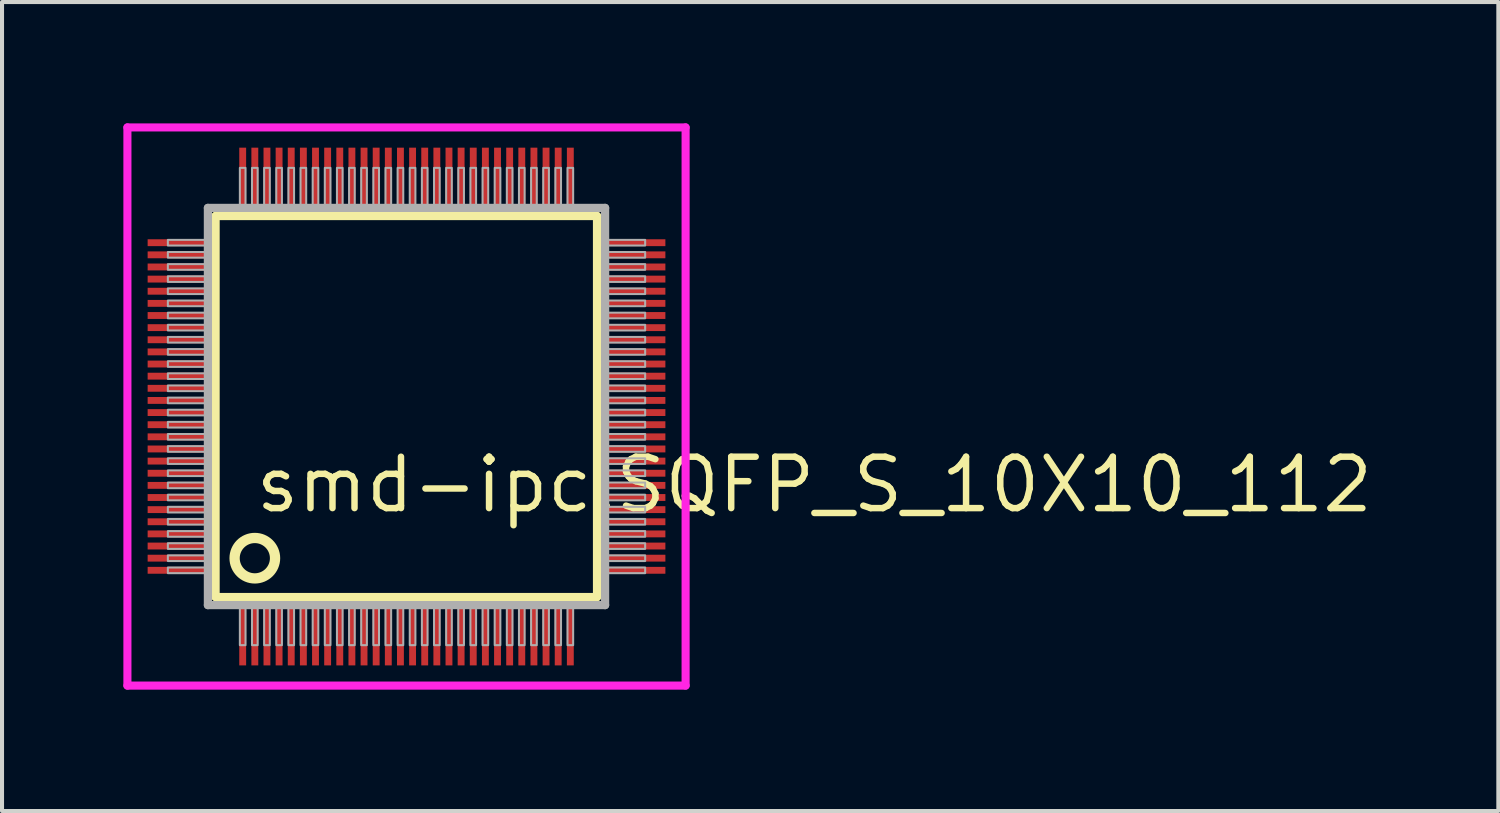
<source format=kicad_pcb>
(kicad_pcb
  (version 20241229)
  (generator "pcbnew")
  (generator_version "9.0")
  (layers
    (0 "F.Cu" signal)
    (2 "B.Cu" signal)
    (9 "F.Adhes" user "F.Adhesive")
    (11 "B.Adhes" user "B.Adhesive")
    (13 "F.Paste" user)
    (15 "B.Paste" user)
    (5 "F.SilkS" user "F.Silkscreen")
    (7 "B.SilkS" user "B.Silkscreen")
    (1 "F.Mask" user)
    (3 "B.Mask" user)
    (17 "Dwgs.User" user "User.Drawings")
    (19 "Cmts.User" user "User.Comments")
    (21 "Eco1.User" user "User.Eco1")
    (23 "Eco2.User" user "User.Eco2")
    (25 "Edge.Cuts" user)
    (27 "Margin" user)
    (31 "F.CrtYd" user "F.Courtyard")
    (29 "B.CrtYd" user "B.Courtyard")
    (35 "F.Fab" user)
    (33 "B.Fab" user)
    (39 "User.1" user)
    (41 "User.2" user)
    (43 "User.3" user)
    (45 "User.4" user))
  (footprint "smd-ipc.SQFP_S_10X10_112"
    (layer "F.Cu")
    (at 7 7)
    (property "Reference" "smd-ipc.SQFP_S_10X10_112" (at -3.81 2.675 0) (layer "F.SilkS") (effects (font (size 1.27 1.27) (thickness 0.16)) (justify left bottom)))
    (attr smd)
    (fp_line (start -4.72 -4.71) (end 4.71 -4.71) (stroke (width 0.203) (type default)) (layer "F.SilkS"))
    (fp_line (start -4.72 4.71) (end -4.72 -4.71) (stroke (width 0.203) (type default)) (layer "F.SilkS"))
    (fp_line (start 4.71 -4.71) (end 4.71 4.71) (stroke (width 0.203) (type default)) (layer "F.SilkS"))
    (fp_line (start 4.71 4.71) (end -4.72 4.71) (stroke (width 0.203) (type default)) (layer "F.SilkS"))
    (fp_circle (center -3.75 3.75) (end -3.25 3.75) (stroke (width 0.254) (type default)) (fill no) (layer "F.SilkS"))
    (fp_line (start -6.9 -6.9) (end 6.9 -6.9) (stroke (width 0.2) (type default)) (layer "F.CrtYd"))
    (fp_line (start -6.9 6.9) (end -6.9 -6.9) (stroke (width 0.2) (type default)) (layer "F.CrtYd"))
    (fp_line (start 6.9 -6.9) (end 6.9 6.9) (stroke (width 0.2) (type default)) (layer "F.CrtYd"))
    (fp_line (start 6.9 6.9) (end -6.9 6.9) (stroke (width 0.2) (type default)) (layer "F.CrtYd"))
    (fp_line (start -4.91 -4.91) (end -4.91 4.91) (stroke (width 0.203) (type default)) (layer "F.Fab"))
    (fp_line (start -4.91 4.91) (end 4.91 4.91) (stroke (width 0.203) (type default)) (layer "F.Fab"))
    (fp_line (start 4.91 -4.91) (end -4.91 -4.91) (stroke (width 0.203) (type default)) (layer "F.Fab"))
    (fp_line (start 4.91 4.91) (end 4.91 -4.91) (stroke (width 0.203) (type default)) (layer "F.Fab"))
    (fp_rect (start -5.9 -3.98) (end -4.95 -4.12) (stroke (width 0.05) (type default)) (fill no) (layer "F.Fab"))
    (fp_rect (start -5.9 -3.68) (end -4.95 -3.82) (stroke (width 0.05) (type default)) (fill no) (layer "F.Fab"))
    (fp_rect (start -5.9 -3.38) (end -4.95 -3.52) (stroke (width 0.05) (type default)) (fill no) (layer "F.Fab"))
    (fp_rect (start -5.9 -3.08) (end -4.95 -3.22) (stroke (width 0.05) (type default)) (fill no) (layer "F.Fab"))
    (fp_rect (start -5.9 -2.78) (end -4.95 -2.92) (stroke (width 0.05) (type default)) (fill no) (layer "F.Fab"))
    (fp_rect (start -5.9 -2.48) (end -4.95 -2.62) (stroke (width 0.05) (type default)) (fill no) (layer "F.Fab"))
    (fp_rect (start -5.9 -2.18) (end -4.95 -2.32) (stroke (width 0.05) (type default)) (fill no) (layer "F.Fab"))
    (fp_rect (start -5.9 -1.88) (end -4.95 -2.02) (stroke (width 0.05) (type default)) (fill no) (layer "F.Fab"))
    (fp_rect (start -5.9 -1.58) (end -4.95 -1.72) (stroke (width 0.05) (type default)) (fill no) (layer "F.Fab"))
    (fp_rect (start -5.9 -1.28) (end -4.95 -1.42) (stroke (width 0.05) (type default)) (fill no) (layer "F.Fab"))
    (fp_rect (start -5.9 -0.98) (end -4.95 -1.12) (stroke (width 0.05) (type default)) (fill no) (layer "F.Fab"))
    (fp_rect (start -5.9 -0.68) (end -4.95 -0.82) (stroke (width 0.05) (type default)) (fill no) (layer "F.Fab"))
    (fp_rect (start -5.9 -0.38) (end -4.95 -0.52) (stroke (width 0.05) (type default)) (fill no) (layer "F.Fab"))
    (fp_rect (start -5.9 -0.08) (end -4.95 -0.22) (stroke (width 0.05) (type default)) (fill no) (layer "F.Fab"))
    (fp_rect (start -5.9 0.22) (end -4.95 0.08) (stroke (width 0.05) (type default)) (fill no) (layer "F.Fab"))
    (fp_rect (start -5.9 0.52) (end -4.95 0.38) (stroke (width 0.05) (type default)) (fill no) (layer "F.Fab"))
    (fp_rect (start -5.9 0.82) (end -4.95 0.68) (stroke (width 0.05) (type default)) (fill no) (layer "F.Fab"))
    (fp_rect (start -5.9 1.12) (end -4.95 0.98) (stroke (width 0.05) (type default)) (fill no) (layer "F.Fab"))
    (fp_rect (start -5.9 1.42) (end -4.95 1.28) (stroke (width 0.05) (type default)) (fill no) (layer "F.Fab"))
    (fp_rect (start -5.9 1.72) (end -4.95 1.58) (stroke (width 0.05) (type default)) (fill no) (layer "F.Fab"))
    (fp_rect (start -5.9 2.02) (end -4.95 1.88) (stroke (width 0.05) (type default)) (fill no) (layer "F.Fab"))
    (fp_rect (start -5.9 2.32) (end -4.95 2.18) (stroke (width 0.05) (type default)) (fill no) (layer "F.Fab"))
    (fp_rect (start -5.9 2.62) (end -4.95 2.48) (stroke (width 0.05) (type default)) (fill no) (layer "F.Fab"))
    (fp_rect (start -5.9 2.92) (end -4.95 2.78) (stroke (width 0.05) (type default)) (fill no) (layer "F.Fab"))
    (fp_rect (start -5.9 3.22) (end -4.95 3.08) (stroke (width 0.05) (type default)) (fill no) (layer "F.Fab"))
    (fp_rect (start -5.9 3.52) (end -4.95 3.38) (stroke (width 0.05) (type default)) (fill no) (layer "F.Fab"))
    (fp_rect (start -5.9 3.82) (end -4.95 3.68) (stroke (width 0.05) (type default)) (fill no) (layer "F.Fab"))
    (fp_rect (start -5.9 4.12) (end -4.95 3.98) (stroke (width 0.05) (type default)) (fill no) (layer "F.Fab"))
    (fp_rect (start -4.12 -4.95) (end -3.98 -5.9) (stroke (width 0.05) (type default)) (fill no) (layer "F.Fab"))
    (fp_rect (start -4.12 5.9) (end -3.98 4.95) (stroke (width 0.05) (type default)) (fill no) (layer "F.Fab"))
    (fp_rect (start -3.82 -4.95) (end -3.68 -5.9) (stroke (width 0.05) (type default)) (fill no) (layer "F.Fab"))
    (fp_rect (start -3.82 5.9) (end -3.68 4.95) (stroke (width 0.05) (type default)) (fill no) (layer "F.Fab"))
    (fp_rect (start -3.52 -4.95) (end -3.38 -5.9) (stroke (width 0.05) (type default)) (fill no) (layer "F.Fab"))
    (fp_rect (start -3.52 5.9) (end -3.38 4.95) (stroke (width 0.05) (type default)) (fill no) (layer "F.Fab"))
    (fp_rect (start -3.22 -4.95) (end -3.08 -5.9) (stroke (width 0.05) (type default)) (fill no) (layer "F.Fab"))
    (fp_rect (start -3.22 5.9) (end -3.08 4.95) (stroke (width 0.05) (type default)) (fill no) (layer "F.Fab"))
    (fp_rect (start -2.92 -4.95) (end -2.78 -5.9) (stroke (width 0.05) (type default)) (fill no) (layer "F.Fab"))
    (fp_rect (start -2.92 5.9) (end -2.78 4.95) (stroke (width 0.05) (type default)) (fill no) (layer "F.Fab"))
    (fp_rect (start -2.62 -4.95) (end -2.48 -5.9) (stroke (width 0.05) (type default)) (fill no) (layer "F.Fab"))
    (fp_rect (start -2.62 5.9) (end -2.48 4.95) (stroke (width 0.05) (type default)) (fill no) (layer "F.Fab"))
    (fp_rect (start -2.32 -4.95) (end -2.18 -5.9) (stroke (width 0.05) (type default)) (fill no) (layer "F.Fab"))
    (fp_rect (start -2.32 5.9) (end -2.18 4.95) (stroke (width 0.05) (type default)) (fill no) (layer "F.Fab"))
    (fp_rect (start -2.02 -4.95) (end -1.88 -5.9) (stroke (width 0.05) (type default)) (fill no) (layer "F.Fab"))
    (fp_rect (start -2.02 5.9) (end -1.88 4.95) (stroke (width 0.05) (type default)) (fill no) (layer "F.Fab"))
    (fp_rect (start -1.72 -4.95) (end -1.58 -5.9) (stroke (width 0.05) (type default)) (fill no) (layer "F.Fab"))
    (fp_rect (start -1.72 5.9) (end -1.58 4.95) (stroke (width 0.05) (type default)) (fill no) (layer "F.Fab"))
    (fp_rect (start -1.42 -4.95) (end -1.28 -5.9) (stroke (width 0.05) (type default)) (fill no) (layer "F.Fab"))
    (fp_rect (start -1.42 5.9) (end -1.28 4.95) (stroke (width 0.05) (type default)) (fill no) (layer "F.Fab"))
    (fp_rect (start -1.12 -4.95) (end -0.98 -5.9) (stroke (width 0.05) (type default)) (fill no) (layer "F.Fab"))
    (fp_rect (start -1.12 5.9) (end -0.98 4.95) (stroke (width 0.05) (type default)) (fill no) (layer "F.Fab"))
    (fp_rect (start -0.82 -4.95) (end -0.68 -5.9) (stroke (width 0.05) (type default)) (fill no) (layer "F.Fab"))
    (fp_rect (start -0.82 5.9) (end -0.68 4.95) (stroke (width 0.05) (type default)) (fill no) (layer "F.Fab"))
    (fp_rect (start -0.52 -4.95) (end -0.38 -5.9) (stroke (width 0.05) (type default)) (fill no) (layer "F.Fab"))
    (fp_rect (start -0.52 5.9) (end -0.38 4.95) (stroke (width 0.05) (type default)) (fill no) (layer "F.Fab"))
    (fp_rect (start -0.22 -4.95) (end -0.08 -5.9) (stroke (width 0.05) (type default)) (fill no) (layer "F.Fab"))
    (fp_rect (start -0.22 5.9) (end -0.08 4.95) (stroke (width 0.05) (type default)) (fill no) (layer "F.Fab"))
    (fp_rect (start 0.08 -4.95) (end 0.22 -5.9) (stroke (width 0.05) (type default)) (fill no) (layer "F.Fab"))
    (fp_rect (start 0.08 5.9) (end 0.22 4.95) (stroke (width 0.05) (type default)) (fill no) (layer "F.Fab"))
    (fp_rect (start 0.38 -4.95) (end 0.52 -5.9) (stroke (width 0.05) (type default)) (fill no) (layer "F.Fab"))
    (fp_rect (start 0.38 5.9) (end 0.52 4.95) (stroke (width 0.05) (type default)) (fill no) (layer "F.Fab"))
    (fp_rect (start 0.68 -4.95) (end 0.82 -5.9) (stroke (width 0.05) (type default)) (fill no) (layer "F.Fab"))
    (fp_rect (start 0.68 5.9) (end 0.82 4.95) (stroke (width 0.05) (type default)) (fill no) (layer "F.Fab"))
    (fp_rect (start 0.98 -4.95) (end 1.12 -5.9) (stroke (width 0.05) (type default)) (fill no) (layer "F.Fab"))
    (fp_rect (start 0.98 5.9) (end 1.12 4.95) (stroke (width 0.05) (type default)) (fill no) (layer "F.Fab"))
    (fp_rect (start 1.28 -4.95) (end 1.42 -5.9) (stroke (width 0.05) (type default)) (fill no) (layer "F.Fab"))
    (fp_rect (start 1.28 5.9) (end 1.42 4.95) (stroke (width 0.05) (type default)) (fill no) (layer "F.Fab"))
    (fp_rect (start 1.58 -4.95) (end 1.72 -5.9) (stroke (width 0.05) (type default)) (fill no) (layer "F.Fab"))
    (fp_rect (start 1.58 5.9) (end 1.72 4.95) (stroke (width 0.05) (type default)) (fill no) (layer "F.Fab"))
    (fp_rect (start 1.88 -4.95) (end 2.02 -5.9) (stroke (width 0.05) (type default)) (fill no) (layer "F.Fab"))
    (fp_rect (start 1.88 5.9) (end 2.02 4.95) (stroke (width 0.05) (type default)) (fill no) (layer "F.Fab"))
    (fp_rect (start 2.18 -4.95) (end 2.32 -5.9) (stroke (width 0.05) (type default)) (fill no) (layer "F.Fab"))
    (fp_rect (start 2.18 5.9) (end 2.32 4.95) (stroke (width 0.05) (type default)) (fill no) (layer "F.Fab"))
    (fp_rect (start 2.48 -4.95) (end 2.62 -5.9) (stroke (width 0.05) (type default)) (fill no) (layer "F.Fab"))
    (fp_rect (start 2.48 5.9) (end 2.62 4.95) (stroke (width 0.05) (type default)) (fill no) (layer "F.Fab"))
    (fp_rect (start 2.78 -4.95) (end 2.92 -5.9) (stroke (width 0.05) (type default)) (fill no) (layer "F.Fab"))
    (fp_rect (start 2.78 5.9) (end 2.92 4.95) (stroke (width 0.05) (type default)) (fill no) (layer "F.Fab"))
    (fp_rect (start 3.08 -4.95) (end 3.22 -5.9) (stroke (width 0.05) (type default)) (fill no) (layer "F.Fab"))
    (fp_rect (start 3.08 5.9) (end 3.22 4.95) (stroke (width 0.05) (type default)) (fill no) (layer "F.Fab"))
    (fp_rect (start 3.38 -4.95) (end 3.52 -5.9) (stroke (width 0.05) (type default)) (fill no) (layer "F.Fab"))
    (fp_rect (start 3.38 5.9) (end 3.52 4.95) (stroke (width 0.05) (type default)) (fill no) (layer "F.Fab"))
    (fp_rect (start 3.68 -4.95) (end 3.82 -5.9) (stroke (width 0.05) (type default)) (fill no) (layer "F.Fab"))
    (fp_rect (start 3.68 5.9) (end 3.82 4.95) (stroke (width 0.05) (type default)) (fill no) (layer "F.Fab"))
    (fp_rect (start 3.98 -4.95) (end 4.12 -5.9) (stroke (width 0.05) (type default)) (fill no) (layer "F.Fab"))
    (fp_rect (start 3.98 5.9) (end 4.12 4.95) (stroke (width 0.05) (type default)) (fill no) (layer "F.Fab"))
    (fp_rect (start 4.95 -3.98) (end 5.9 -4.12) (stroke (width 0.05) (type default)) (fill no) (layer "F.Fab"))
    (fp_rect (start 4.95 -3.68) (end 5.9 -3.82) (stroke (width 0.05) (type default)) (fill no) (layer "F.Fab"))
    (fp_rect (start 4.95 -3.38) (end 5.9 -3.52) (stroke (width 0.05) (type default)) (fill no) (layer "F.Fab"))
    (fp_rect (start 4.95 -3.08) (end 5.9 -3.22) (stroke (width 0.05) (type default)) (fill no) (layer "F.Fab"))
    (fp_rect (start 4.95 -2.78) (end 5.9 -2.92) (stroke (width 0.05) (type default)) (fill no) (layer "F.Fab"))
    (fp_rect (start 4.95 -2.48) (end 5.9 -2.62) (stroke (width 0.05) (type default)) (fill no) (layer "F.Fab"))
    (fp_rect (start 4.95 -2.18) (end 5.9 -2.32) (stroke (width 0.05) (type default)) (fill no) (layer "F.Fab"))
    (fp_rect (start 4.95 -1.88) (end 5.9 -2.02) (stroke (width 0.05) (type default)) (fill no) (layer "F.Fab"))
    (fp_rect (start 4.95 -1.58) (end 5.9 -1.72) (stroke (width 0.05) (type default)) (fill no) (layer "F.Fab"))
    (fp_rect (start 4.95 -1.28) (end 5.9 -1.42) (stroke (width 0.05) (type default)) (fill no) (layer "F.Fab"))
    (fp_rect (start 4.95 -0.98) (end 5.9 -1.12) (stroke (width 0.05) (type default)) (fill no) (layer "F.Fab"))
    (fp_rect (start 4.95 -0.68) (end 5.9 -0.82) (stroke (width 0.05) (type default)) (fill no) (layer "F.Fab"))
    (fp_rect (start 4.95 -0.38) (end 5.9 -0.52) (stroke (width 0.05) (type default)) (fill no) (layer "F.Fab"))
    (fp_rect (start 4.95 -0.08) (end 5.9 -0.22) (stroke (width 0.05) (type default)) (fill no) (layer "F.Fab"))
    (fp_rect (start 4.95 0.22) (end 5.9 0.08) (stroke (width 0.05) (type default)) (fill no) (layer "F.Fab"))
    (fp_rect (start 4.95 0.52) (end 5.9 0.38) (stroke (width 0.05) (type default)) (fill no) (layer "F.Fab"))
    (fp_rect (start 4.95 0.82) (end 5.9 0.68) (stroke (width 0.05) (type default)) (fill no) (layer "F.Fab"))
    (fp_rect (start 4.95 1.12) (end 5.9 0.98) (stroke (width 0.05) (type default)) (fill no) (layer "F.Fab"))
    (fp_rect (start 4.95 1.42) (end 5.9 1.28) (stroke (width 0.05) (type default)) (fill no) (layer "F.Fab"))
    (fp_rect (start 4.95 1.72) (end 5.9 1.58) (stroke (width 0.05) (type default)) (fill no) (layer "F.Fab"))
    (fp_rect (start 4.95 2.02) (end 5.9 1.88) (stroke (width 0.05) (type default)) (fill no) (layer "F.Fab"))
    (fp_rect (start 4.95 2.32) (end 5.9 2.18) (stroke (width 0.05) (type default)) (fill no) (layer "F.Fab"))
    (fp_rect (start 4.95 2.62) (end 5.9 2.48) (stroke (width 0.05) (type default)) (fill no) (layer "F.Fab"))
    (fp_rect (start 4.95 2.92) (end 5.9 2.78) (stroke (width 0.05) (type default)) (fill no) (layer "F.Fab"))
    (fp_rect (start 4.95 3.22) (end 5.9 3.08) (stroke (width 0.05) (type default)) (fill no) (layer "F.Fab"))
    (fp_rect (start 4.95 3.52) (end 5.9 3.38) (stroke (width 0.05) (type default)) (fill no) (layer "F.Fab"))
    (fp_rect (start 4.95 3.82) (end 5.9 3.68) (stroke (width 0.05) (type default)) (fill no) (layer "F.Fab"))
    (fp_rect (start 4.95 4.12) (end 5.9 3.98) (stroke (width 0.05) (type default)) (fill no) (layer "F.Fab"))
    (pad "1" smd roundrect (at -4.05 5.6) (size 0.17 1.6) (layers "F.Cu" "F.Mask" "F.Paste") (roundrect_rratio 0.01))
    (pad "2" smd roundrect (at -3.75 5.6) (size 0.17 1.6) (layers "F.Cu" "F.Mask" "F.Paste") (roundrect_rratio 0.01))
    (pad "3" smd roundrect (at -3.45 5.6) (size 0.17 1.6) (layers "F.Cu" "F.Mask" "F.Paste") (roundrect_rratio 0.01))
    (pad "4" smd roundrect (at -3.15 5.6) (size 0.17 1.6) (layers "F.Cu" "F.Mask" "F.Paste") (roundrect_rratio 0.01))
    (pad "5" smd roundrect (at -2.85 5.6) (size 0.17 1.6) (layers "F.Cu" "F.Mask" "F.Paste") (roundrect_rratio 0.01))
    (pad "6" smd roundrect (at -2.55 5.6) (size 0.17 1.6) (layers "F.Cu" "F.Mask" "F.Paste") (roundrect_rratio 0.01))
    (pad "7" smd roundrect (at -2.25 5.6) (size 0.17 1.6) (layers "F.Cu" "F.Mask" "F.Paste") (roundrect_rratio 0.01))
    (pad "8" smd roundrect (at -1.95 5.6) (size 0.17 1.6) (layers "F.Cu" "F.Mask" "F.Paste") (roundrect_rratio 0.01))
    (pad "9" smd roundrect (at -1.65 5.6) (size 0.17 1.6) (layers "F.Cu" "F.Mask" "F.Paste") (roundrect_rratio 0.01))
    (pad "10" smd roundrect (at -1.35 5.6) (size 0.17 1.6) (layers "F.Cu" "F.Mask" "F.Paste") (roundrect_rratio 0.01))
    (pad "11" smd roundrect (at -1.05 5.6) (size 0.17 1.6) (layers "F.Cu" "F.Mask" "F.Paste") (roundrect_rratio 0.01))
    (pad "12" smd roundrect (at -0.75 5.6) (size 0.17 1.6) (layers "F.Cu" "F.Mask" "F.Paste") (roundrect_rratio 0.01))
    (pad "13" smd roundrect (at -0.45 5.6) (size 0.17 1.6) (layers "F.Cu" "F.Mask" "F.Paste") (roundrect_rratio 0.01))
    (pad "14" smd roundrect (at -0.15 5.6) (size 0.17 1.6) (layers "F.Cu" "F.Mask" "F.Paste") (roundrect_rratio 0.01))
    (pad "15" smd roundrect (at 0.15 5.6) (size 0.17 1.6) (layers "F.Cu" "F.Mask" "F.Paste") (roundrect_rratio 0.01))
    (pad "16" smd roundrect (at 0.45 5.6) (size 0.17 1.6) (layers "F.Cu" "F.Mask" "F.Paste") (roundrect_rratio 0.01))
    (pad "17" smd roundrect (at 0.75 5.6) (size 0.17 1.6) (layers "F.Cu" "F.Mask" "F.Paste") (roundrect_rratio 0.01))
    (pad "18" smd roundrect (at 1.05 5.6) (size 0.17 1.6) (layers "F.Cu" "F.Mask" "F.Paste") (roundrect_rratio 0.01))
    (pad "19" smd roundrect (at 1.35 5.6) (size 0.17 1.6) (layers "F.Cu" "F.Mask" "F.Paste") (roundrect_rratio 0.01))
    (pad "20" smd roundrect (at 1.65 5.6) (size 0.17 1.6) (layers "F.Cu" "F.Mask" "F.Paste") (roundrect_rratio 0.01))
    (pad "21" smd roundrect (at 1.95 5.6) (size 0.17 1.6) (layers "F.Cu" "F.Mask" "F.Paste") (roundrect_rratio 0.01))
    (pad "22" smd roundrect (at 2.25 5.6) (size 0.17 1.6) (layers "F.Cu" "F.Mask" "F.Paste") (roundrect_rratio 0.01))
    (pad "23" smd roundrect (at 2.55 5.6) (size 0.17 1.6) (layers "F.Cu" "F.Mask" "F.Paste") (roundrect_rratio 0.01))
    (pad "24" smd roundrect (at 2.85 5.6) (size 0.17 1.6) (layers "F.Cu" "F.Mask" "F.Paste") (roundrect_rratio 0.01))
    (pad "25" smd roundrect (at 3.15 5.6) (size 0.17 1.6) (layers "F.Cu" "F.Mask" "F.Paste") (roundrect_rratio 0.01))
    (pad "26" smd roundrect (at 3.45 5.6) (size 0.17 1.6) (layers "F.Cu" "F.Mask" "F.Paste") (roundrect_rratio 0.01))
    (pad "27" smd roundrect (at 3.75 5.6) (size 0.17 1.6) (layers "F.Cu" "F.Mask" "F.Paste") (roundrect_rratio 0.01))
    (pad "28" smd roundrect (at 4.05 5.6) (size 0.17 1.6) (layers "F.Cu" "F.Mask" "F.Paste") (roundrect_rratio 0.01))
    (pad "29" smd roundrect (at 5.6 4.05) (size 1.6 0.17) (layers "F.Cu" "F.Mask" "F.Paste") (roundrect_rratio 0.01))
    (pad "30" smd roundrect (at 5.6 3.75) (size 1.6 0.17) (layers "F.Cu" "F.Mask" "F.Paste") (roundrect_rratio 0.01))
    (pad "31" smd roundrect (at 5.6 3.45) (size 1.6 0.17) (layers "F.Cu" "F.Mask" "F.Paste") (roundrect_rratio 0.01))
    (pad "32" smd roundrect (at 5.6 3.15) (size 1.6 0.17) (layers "F.Cu" "F.Mask" "F.Paste") (roundrect_rratio 0.01))
    (pad "33" smd roundrect (at 5.6 2.85) (size 1.6 0.17) (layers "F.Cu" "F.Mask" "F.Paste") (roundrect_rratio 0.01))
    (pad "34" smd roundrect (at 5.6 2.55) (size 1.6 0.17) (layers "F.Cu" "F.Mask" "F.Paste") (roundrect_rratio 0.01))
    (pad "35" smd roundrect (at 5.6 2.25) (size 1.6 0.17) (layers "F.Cu" "F.Mask" "F.Paste") (roundrect_rratio 0.01))
    (pad "36" smd roundrect (at 5.6 1.95) (size 1.6 0.17) (layers "F.Cu" "F.Mask" "F.Paste") (roundrect_rratio 0.01))
    (pad "37" smd roundrect (at 5.6 1.65) (size 1.6 0.17) (layers "F.Cu" "F.Mask" "F.Paste") (roundrect_rratio 0.01))
    (pad "38" smd roundrect (at 5.6 1.35) (size 1.6 0.17) (layers "F.Cu" "F.Mask" "F.Paste") (roundrect_rratio 0.01))
    (pad "39" smd roundrect (at 5.6 1.05) (size 1.6 0.17) (layers "F.Cu" "F.Mask" "F.Paste") (roundrect_rratio 0.01))
    (pad "40" smd roundrect (at 5.6 0.75) (size 1.6 0.17) (layers "F.Cu" "F.Mask" "F.Paste") (roundrect_rratio 0.01))
    (pad "41" smd roundrect (at 5.6 0.45) (size 1.6 0.17) (layers "F.Cu" "F.Mask" "F.Paste") (roundrect_rratio 0.01))
    (pad "42" smd roundrect (at 5.6 0.15) (size 1.6 0.17) (layers "F.Cu" "F.Mask" "F.Paste") (roundrect_rratio 0.01))
    (pad "43" smd roundrect (at 5.6 -0.15) (size 1.6 0.17) (layers "F.Cu" "F.Mask" "F.Paste") (roundrect_rratio 0.01))
    (pad "44" smd roundrect (at 5.6 -0.45) (size 1.6 0.17) (layers "F.Cu" "F.Mask" "F.Paste") (roundrect_rratio 0.01))
    (pad "45" smd roundrect (at 5.6 -0.75) (size 1.6 0.17) (layers "F.Cu" "F.Mask" "F.Paste") (roundrect_rratio 0.01))
    (pad "46" smd roundrect (at 5.6 -1.05) (size 1.6 0.17) (layers "F.Cu" "F.Mask" "F.Paste") (roundrect_rratio 0.01))
    (pad "47" smd roundrect (at 5.6 -1.35) (size 1.6 0.17) (layers "F.Cu" "F.Mask" "F.Paste") (roundrect_rratio 0.01))
    (pad "48" smd roundrect (at 5.6 -1.65) (size 1.6 0.17) (layers "F.Cu" "F.Mask" "F.Paste") (roundrect_rratio 0.01))
    (pad "49" smd roundrect (at 5.6 -1.95) (size 1.6 0.17) (layers "F.Cu" "F.Mask" "F.Paste") (roundrect_rratio 0.01))
    (pad "50" smd roundrect (at 5.6 -2.25) (size 1.6 0.17) (layers "F.Cu" "F.Mask" "F.Paste") (roundrect_rratio 0.01))
    (pad "51" smd roundrect (at 5.6 -2.55) (size 1.6 0.17) (layers "F.Cu" "F.Mask" "F.Paste") (roundrect_rratio 0.01))
    (pad "52" smd roundrect (at 5.6 -2.85) (size 1.6 0.17) (layers "F.Cu" "F.Mask" "F.Paste") (roundrect_rratio 0.01))
    (pad "53" smd roundrect (at 5.6 -3.15) (size 1.6 0.17) (layers "F.Cu" "F.Mask" "F.Paste") (roundrect_rratio 0.01))
    (pad "54" smd roundrect (at 5.6 -3.45) (size 1.6 0.17) (layers "F.Cu" "F.Mask" "F.Paste") (roundrect_rratio 0.01))
    (pad "55" smd roundrect (at 5.6 -3.75) (size 1.6 0.17) (layers "F.Cu" "F.Mask" "F.Paste") (roundrect_rratio 0.01))
    (pad "56" smd roundrect (at 5.6 -4.05) (size 1.6 0.17) (layers "F.Cu" "F.Mask" "F.Paste") (roundrect_rratio 0.01))
    (pad "57" smd roundrect (at 4.05 -5.6) (size 0.17 1.6) (layers "F.Cu" "F.Mask" "F.Paste") (roundrect_rratio 0.01))
    (pad "58" smd roundrect (at 3.75 -5.6) (size 0.17 1.6) (layers "F.Cu" "F.Mask" "F.Paste") (roundrect_rratio 0.01))
    (pad "59" smd roundrect (at 3.45 -5.6) (size 0.17 1.6) (layers "F.Cu" "F.Mask" "F.Paste") (roundrect_rratio 0.01))
    (pad "60" smd roundrect (at 3.15 -5.6) (size 0.17 1.6) (layers "F.Cu" "F.Mask" "F.Paste") (roundrect_rratio 0.01))
    (pad "61" smd roundrect (at 2.85 -5.6) (size 0.17 1.6) (layers "F.Cu" "F.Mask" "F.Paste") (roundrect_rratio 0.01))
    (pad "62" smd roundrect (at 2.55 -5.6) (size 0.17 1.6) (layers "F.Cu" "F.Mask" "F.Paste") (roundrect_rratio 0.01))
    (pad "63" smd roundrect (at 2.25 -5.6) (size 0.17 1.6) (layers "F.Cu" "F.Mask" "F.Paste") (roundrect_rratio 0.01))
    (pad "64" smd roundrect (at 1.95 -5.6) (size 0.17 1.6) (layers "F.Cu" "F.Mask" "F.Paste") (roundrect_rratio 0.01))
    (pad "65" smd roundrect (at 1.65 -5.6) (size 0.17 1.6) (layers "F.Cu" "F.Mask" "F.Paste") (roundrect_rratio 0.01))
    (pad "66" smd roundrect (at 1.35 -5.6) (size 0.17 1.6) (layers "F.Cu" "F.Mask" "F.Paste") (roundrect_rratio 0.01))
    (pad "67" smd roundrect (at 1.05 -5.6) (size 0.17 1.6) (layers "F.Cu" "F.Mask" "F.Paste") (roundrect_rratio 0.01))
    (pad "68" smd roundrect (at 0.75 -5.6) (size 0.17 1.6) (layers "F.Cu" "F.Mask" "F.Paste") (roundrect_rratio 0.01))
    (pad "69" smd roundrect (at 0.45 -5.6) (size 0.17 1.6) (layers "F.Cu" "F.Mask" "F.Paste") (roundrect_rratio 0.01))
    (pad "70" smd roundrect (at 0.15 -5.6) (size 0.17 1.6) (layers "F.Cu" "F.Mask" "F.Paste") (roundrect_rratio 0.01))
    (pad "71" smd roundrect (at -0.15 -5.6) (size 0.17 1.6) (layers "F.Cu" "F.Mask" "F.Paste") (roundrect_rratio 0.01))
    (pad "72" smd roundrect (at -0.45 -5.6) (size 0.17 1.6) (layers "F.Cu" "F.Mask" "F.Paste") (roundrect_rratio 0.01))
    (pad "73" smd roundrect (at -0.75 -5.6) (size 0.17 1.6) (layers "F.Cu" "F.Mask" "F.Paste") (roundrect_rratio 0.01))
    (pad "74" smd roundrect (at -1.05 -5.6) (size 0.17 1.6) (layers "F.Cu" "F.Mask" "F.Paste") (roundrect_rratio 0.01))
    (pad "75" smd roundrect (at -1.35 -5.6) (size 0.17 1.6) (layers "F.Cu" "F.Mask" "F.Paste") (roundrect_rratio 0.01))
    (pad "76" smd roundrect (at -1.65 -5.6) (size 0.17 1.6) (layers "F.Cu" "F.Mask" "F.Paste") (roundrect_rratio 0.01))
    (pad "77" smd roundrect (at -1.95 -5.6) (size 0.17 1.6) (layers "F.Cu" "F.Mask" "F.Paste") (roundrect_rratio 0.01))
    (pad "78" smd roundrect (at -2.25 -5.6) (size 0.17 1.6) (layers "F.Cu" "F.Mask" "F.Paste") (roundrect_rratio 0.01))
    (pad "79" smd roundrect (at -2.55 -5.6) (size 0.17 1.6) (layers "F.Cu" "F.Mask" "F.Paste") (roundrect_rratio 0.01))
    (pad "80" smd roundrect (at -2.85 -5.6) (size 0.17 1.6) (layers "F.Cu" "F.Mask" "F.Paste") (roundrect_rratio 0.01))
    (pad "81" smd roundrect (at -3.15 -5.6) (size 0.17 1.6) (layers "F.Cu" "F.Mask" "F.Paste") (roundrect_rratio 0.01))
    (pad "82" smd roundrect (at -3.45 -5.6) (size 0.17 1.6) (layers "F.Cu" "F.Mask" "F.Paste") (roundrect_rratio 0.01))
    (pad "83" smd roundrect (at -3.75 -5.6) (size 0.17 1.6) (layers "F.Cu" "F.Mask" "F.Paste") (roundrect_rratio 0.01))
    (pad "84" smd roundrect (at -4.05 -5.6) (size 0.17 1.6) (layers "F.Cu" "F.Mask" "F.Paste") (roundrect_rratio 0.01))
    (pad "85" smd roundrect (at -5.6 -4.05) (size 1.6 0.17) (layers "F.Cu" "F.Mask" "F.Paste") (roundrect_rratio 0.01))
    (pad "86" smd roundrect (at -5.6 -3.75) (size 1.6 0.17) (layers "F.Cu" "F.Mask" "F.Paste") (roundrect_rratio 0.01))
    (pad "87" smd roundrect (at -5.6 -3.45) (size 1.6 0.17) (layers "F.Cu" "F.Mask" "F.Paste") (roundrect_rratio 0.01))
    (pad "88" smd roundrect (at -5.6 -3.15) (size 1.6 0.17) (layers "F.Cu" "F.Mask" "F.Paste") (roundrect_rratio 0.01))
    (pad "89" smd roundrect (at -5.6 -2.85) (size 1.6 0.17) (layers "F.Cu" "F.Mask" "F.Paste") (roundrect_rratio 0.01))
    (pad "90" smd roundrect (at -5.6 -2.55) (size 1.6 0.17) (layers "F.Cu" "F.Mask" "F.Paste") (roundrect_rratio 0.01))
    (pad "91" smd roundrect (at -5.6 -2.25) (size 1.6 0.17) (layers "F.Cu" "F.Mask" "F.Paste") (roundrect_rratio 0.01))
    (pad "92" smd roundrect (at -5.6 -1.95) (size 1.6 0.17) (layers "F.Cu" "F.Mask" "F.Paste") (roundrect_rratio 0.01))
    (pad "93" smd roundrect (at -5.6 -1.65) (size 1.6 0.17) (layers "F.Cu" "F.Mask" "F.Paste") (roundrect_rratio 0.01))
    (pad "94" smd roundrect (at -5.6 -1.35) (size 1.6 0.17) (layers "F.Cu" "F.Mask" "F.Paste") (roundrect_rratio 0.01))
    (pad "95" smd roundrect (at -5.6 -1.05) (size 1.6 0.17) (layers "F.Cu" "F.Mask" "F.Paste") (roundrect_rratio 0.01))
    (pad "96" smd roundrect (at -5.6 -0.75) (size 1.6 0.17) (layers "F.Cu" "F.Mask" "F.Paste") (roundrect_rratio 0.01))
    (pad "97" smd roundrect (at -5.6 -0.45) (size 1.6 0.17) (layers "F.Cu" "F.Mask" "F.Paste") (roundrect_rratio 0.01))
    (pad "98" smd roundrect (at -5.6 -0.15) (size 1.6 0.17) (layers "F.Cu" "F.Mask" "F.Paste") (roundrect_rratio 0.01))
    (pad "99" smd roundrect (at -5.6 0.15) (size 1.6 0.17) (layers "F.Cu" "F.Mask" "F.Paste") (roundrect_rratio 0.01))
    (pad "100" smd roundrect (at -5.6 0.45) (size 1.6 0.17) (layers "F.Cu" "F.Mask" "F.Paste") (roundrect_rratio 0.01))
    (pad "101" smd roundrect (at -5.6 0.75) (size 1.6 0.17) (layers "F.Cu" "F.Mask" "F.Paste") (roundrect_rratio 0.01))
    (pad "102" smd roundrect (at -5.6 1.05) (size 1.6 0.17) (layers "F.Cu" "F.Mask" "F.Paste") (roundrect_rratio 0.01))
    (pad "103" smd roundrect (at -5.6 1.35) (size 1.6 0.17) (layers "F.Cu" "F.Mask" "F.Paste") (roundrect_rratio 0.01))
    (pad "104" smd roundrect (at -5.6 1.65) (size 1.6 0.17) (layers "F.Cu" "F.Mask" "F.Paste") (roundrect_rratio 0.01))
    (pad "105" smd roundrect (at -5.6 1.95) (size 1.6 0.17) (layers "F.Cu" "F.Mask" "F.Paste") (roundrect_rratio 0.01))
    (pad "106" smd roundrect (at -5.6 2.25) (size 1.6 0.17) (layers "F.Cu" "F.Mask" "F.Paste") (roundrect_rratio 0.01))
    (pad "107" smd roundrect (at -5.6 2.55) (size 1.6 0.17) (layers "F.Cu" "F.Mask" "F.Paste") (roundrect_rratio 0.01))
    (pad "108" smd roundrect (at -5.6 2.85) (size 1.6 0.17) (layers "F.Cu" "F.Mask" "F.Paste") (roundrect_rratio 0.01))
    (pad "109" smd roundrect (at -5.6 3.15) (size 1.6 0.17) (layers "F.Cu" "F.Mask" "F.Paste") (roundrect_rratio 0.01))
    (pad "110" smd roundrect (at -5.6 3.45) (size 1.6 0.17) (layers "F.Cu" "F.Mask" "F.Paste") (roundrect_rratio 0.01))
    (pad "111" smd roundrect (at -5.6 3.75) (size 1.6 0.17) (layers "F.Cu" "F.Mask" "F.Paste") (roundrect_rratio 0.01))
    (pad "112" smd roundrect (at -5.6 4.05) (size 1.6 0.17) (layers "F.Cu" "F.Mask" "F.Paste") (roundrect_rratio 0.01)))
  (gr_rect
    (start -3 -3)
    (end 33.993 17)
    (stroke (width 0.1) (type default))
    (fill no)
    (layer "Edge.Cuts")))
</source>
